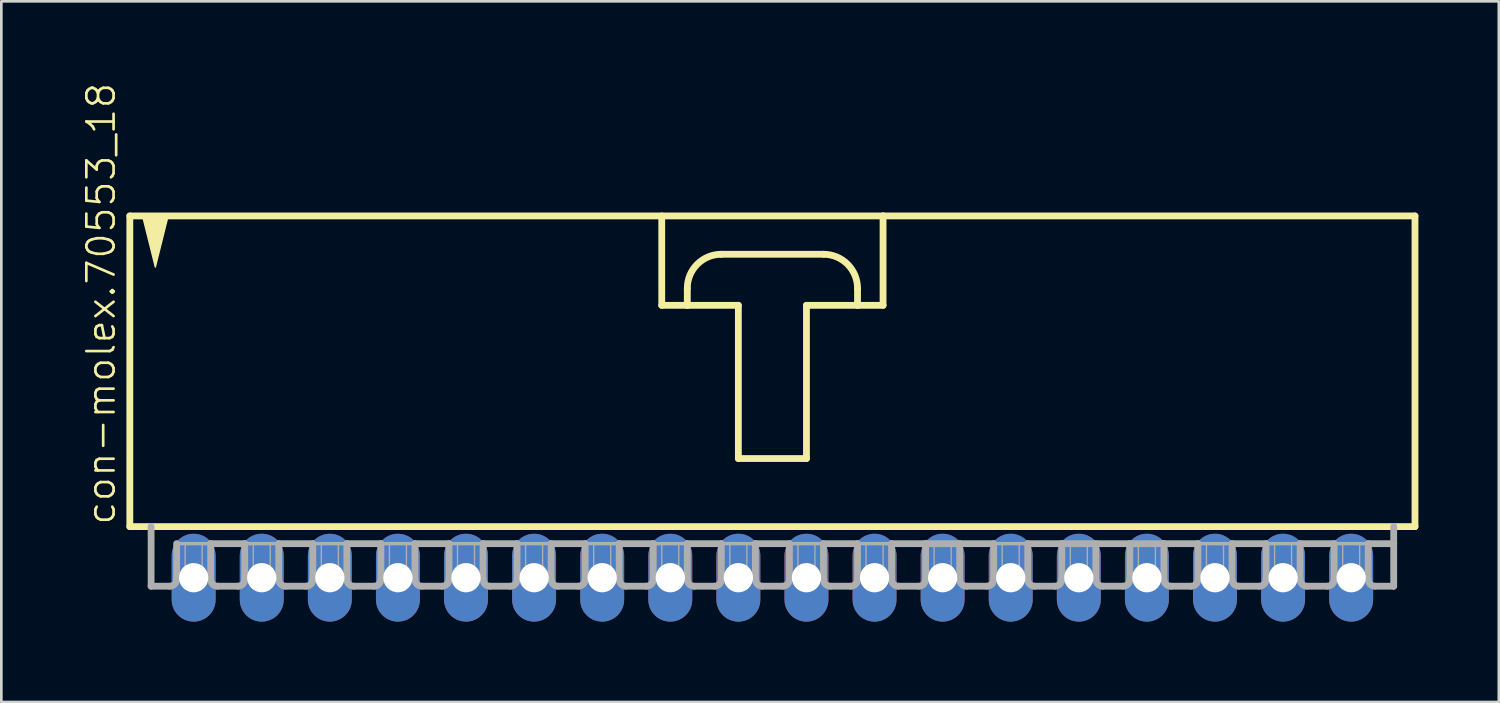
<source format=kicad_pcb>
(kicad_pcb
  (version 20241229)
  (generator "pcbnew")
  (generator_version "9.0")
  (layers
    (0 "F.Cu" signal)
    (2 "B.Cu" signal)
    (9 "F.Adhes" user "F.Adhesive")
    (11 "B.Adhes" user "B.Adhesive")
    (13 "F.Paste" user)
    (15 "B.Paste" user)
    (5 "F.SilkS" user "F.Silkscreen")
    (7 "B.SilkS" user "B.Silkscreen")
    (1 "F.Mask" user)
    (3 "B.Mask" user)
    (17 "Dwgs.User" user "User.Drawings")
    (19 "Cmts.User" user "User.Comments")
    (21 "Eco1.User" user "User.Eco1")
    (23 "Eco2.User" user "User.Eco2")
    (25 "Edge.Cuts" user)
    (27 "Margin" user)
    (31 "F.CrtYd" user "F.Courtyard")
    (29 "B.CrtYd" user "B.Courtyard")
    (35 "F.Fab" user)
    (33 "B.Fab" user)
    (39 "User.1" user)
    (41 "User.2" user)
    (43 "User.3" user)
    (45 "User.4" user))
  (footprint "con-molex.70553_18"
    (layer "F.Cu")
    (at 25.764 10.88)
    (property "Reference" "con-molex.70553_18" (at -24.448 5.715 90) (layer "F.SilkS") (effects (font (size 1.016 1.016) (thickness 0.1)) (justify left bottom)))
    (attr through_hole)
    (fp_line (start -23.971 -5.874) (end -23.971 5.715) (stroke (width 0.254) (type default)) (layer "F.SilkS"))
    (fp_line (start -23.971 5.715) (end 23.971 5.715) (stroke (width 0.254) (type default)) (layer "F.SilkS"))
    (fp_line (start -4.128 -5.874) (end -4.128 -2.54) (stroke (width 0.254) (type default)) (layer "F.SilkS"))
    (fp_line (start -4.128 -2.54) (end -3.175 -2.54) (stroke (width 0.254) (type default)) (layer "F.SilkS"))
    (fp_line (start -3.175 -2.54) (end -3.175 -3.175) (stroke (width 0.254) (type default)) (layer "F.SilkS"))
    (fp_line (start -3.175 -2.54) (end -1.27 -2.54) (stroke (width 0.254) (type default)) (layer "F.SilkS"))
    (fp_line (start -1.905 -4.445) (end 1.905 -4.445) (stroke (width 0.254) (type default)) (layer "F.SilkS"))
    (fp_line (start -1.27 -2.54) (end -1.27 3.175) (stroke (width 0.254) (type default)) (layer "F.SilkS"))
    (fp_line (start -1.27 3.175) (end 1.27 3.175) (stroke (width 0.254) (type default)) (layer "F.SilkS"))
    (fp_line (start 1.27 -2.54) (end 3.175 -2.54) (stroke (width 0.254) (type default)) (layer "F.SilkS"))
    (fp_line (start 1.27 3.175) (end 1.27 -2.54) (stroke (width 0.254) (type default)) (layer "F.SilkS"))
    (fp_line (start 3.175 -3.175) (end 3.175 -2.54) (stroke (width 0.254) (type default)) (layer "F.SilkS"))
    (fp_line (start 3.175 -2.54) (end 4.128 -2.54) (stroke (width 0.254) (type default)) (layer "F.SilkS"))
    (fp_line (start 4.128 -5.874) (end -23.971 -5.874) (stroke (width 0.254) (type default)) (layer "F.SilkS"))
    (fp_line (start 4.128 -2.54) (end 4.128 -5.874) (stroke (width 0.254) (type default)) (layer "F.SilkS"))
    (fp_line (start 23.971 -5.874) (end 4.128 -5.874) (stroke (width 0.254) (type default)) (layer "F.SilkS"))
    (fp_line (start 23.971 5.715) (end 23.971 -5.874) (stroke (width 0.254) (type default)) (layer "F.SilkS"))
    (fp_arc (start -3.175 -3.175) (mid -2.803026 -4.073026) (end -1.905 -4.445) (stroke (width 0.254) (type default)) (layer "F.SilkS"))
    (fp_arc (start 1.905 -4.445) (mid 2.803026 -4.073026) (end 3.175 -3.175) (stroke (width 0.254) (type default)) (layer "F.SilkS"))
    (fp_poly (pts (xy -23.495 -5.874) (xy -23.019 -3.969) (xy -22.543 -5.874)) (stroke (width 0.051) (type default)) (fill yes) (layer "F.SilkS"))
    (fp_line (start -23.177 5.715) (end -23.177 7.938) (stroke (width 0.254) (type default)) (layer "F.Fab"))
    (fp_line (start -22.479 7.938) (end -23.177 7.938) (stroke (width 0.254) (type default)) (layer "F.Fab"))
    (fp_line (start -22.225 6.35) (end -22.225 7.684) (stroke (width 0.254) (type default)) (layer "F.Fab"))
    (fp_line (start -22.225 6.35) (end -20.955 6.35) (stroke (width 0.127) (type default)) (layer "F.Fab"))
    (fp_line (start -20.955 6.35) (end -20.955 7.684) (stroke (width 0.254) (type default)) (layer "F.Fab"))
    (fp_line (start -20.955 6.35) (end -19.685 6.35) (stroke (width 0.254) (type default)) (layer "F.Fab"))
    (fp_line (start -19.939 7.938) (end -20.701 7.938) (stroke (width 0.254) (type default)) (layer "F.Fab"))
    (fp_line (start -19.685 6.35) (end -19.685 7.684) (stroke (width 0.254) (type default)) (layer "F.Fab"))
    (fp_line (start -19.685 6.35) (end -18.415 6.35) (stroke (width 0.127) (type default)) (layer "F.Fab"))
    (fp_line (start -18.415 6.35) (end -18.415 7.684) (stroke (width 0.254) (type default)) (layer "F.Fab"))
    (fp_line (start -18.415 6.35) (end -17.145 6.35) (stroke (width 0.254) (type default)) (layer "F.Fab"))
    (fp_line (start -17.399 7.938) (end -18.161 7.938) (stroke (width 0.254) (type default)) (layer "F.Fab"))
    (fp_line (start -17.145 6.35) (end -17.145 7.684) (stroke (width 0.254) (type default)) (layer "F.Fab"))
    (fp_line (start -17.145 6.35) (end -15.875 6.35) (stroke (width 0.127) (type default)) (layer "F.Fab"))
    (fp_line (start -15.875 6.35) (end -15.875 7.684) (stroke (width 0.254) (type default)) (layer "F.Fab"))
    (fp_line (start -15.875 6.35) (end -14.605 6.35) (stroke (width 0.254) (type default)) (layer "F.Fab"))
    (fp_line (start -14.859 7.938) (end -15.621 7.938) (stroke (width 0.254) (type default)) (layer "F.Fab"))
    (fp_line (start -14.605 6.35) (end -14.605 7.684) (stroke (width 0.254) (type default)) (layer "F.Fab"))
    (fp_line (start -14.605 6.35) (end -13.335 6.35) (stroke (width 0.127) (type default)) (layer "F.Fab"))
    (fp_line (start -13.335 6.35) (end -13.335 7.684) (stroke (width 0.254) (type default)) (layer "F.Fab"))
    (fp_line (start -13.335 6.35) (end -12.065 6.35) (stroke (width 0.254) (type default)) (layer "F.Fab"))
    (fp_line (start -12.319 7.938) (end -13.081 7.938) (stroke (width 0.254) (type default)) (layer "F.Fab"))
    (fp_line (start -12.065 6.35) (end -12.065 7.684) (stroke (width 0.254) (type default)) (layer "F.Fab"))
    (fp_line (start -12.065 6.35) (end -10.795 6.35) (stroke (width 0.127) (type default)) (layer "F.Fab"))
    (fp_line (start -10.795 6.35) (end -10.795 7.684) (stroke (width 0.254) (type default)) (layer "F.Fab"))
    (fp_line (start -10.795 6.35) (end -9.525 6.35) (stroke (width 0.254) (type default)) (layer "F.Fab"))
    (fp_line (start -9.779 7.938) (end -10.541 7.938) (stroke (width 0.254) (type default)) (layer "F.Fab"))
    (fp_line (start -9.525 6.35) (end -9.525 7.684) (stroke (width 0.254) (type default)) (layer "F.Fab"))
    (fp_line (start -9.525 6.35) (end -8.255 6.35) (stroke (width 0.127) (type default)) (layer "F.Fab"))
    (fp_line (start -8.255 6.35) (end -8.255 7.684) (stroke (width 0.254) (type default)) (layer "F.Fab"))
    (fp_line (start -8.255 6.35) (end -6.985 6.35) (stroke (width 0.254) (type default)) (layer "F.Fab"))
    (fp_line (start -7.239 7.938) (end -8.001 7.938) (stroke (width 0.254) (type default)) (layer "F.Fab"))
    (fp_line (start -6.985 6.35) (end -6.985 7.684) (stroke (width 0.254) (type default)) (layer "F.Fab"))
    (fp_line (start -6.985 6.35) (end -5.715 6.35) (stroke (width 0.127) (type default)) (layer "F.Fab"))
    (fp_line (start -5.715 6.35) (end -5.715 7.684) (stroke (width 0.254) (type default)) (layer "F.Fab"))
    (fp_line (start -5.715 6.35) (end -4.445 6.35) (stroke (width 0.254) (type default)) (layer "F.Fab"))
    (fp_line (start -4.699 7.938) (end -5.461 7.938) (stroke (width 0.254) (type default)) (layer "F.Fab"))
    (fp_line (start -4.445 6.35) (end -4.445 7.684) (stroke (width 0.254) (type default)) (layer "F.Fab"))
    (fp_line (start -4.445 6.35) (end -3.175 6.35) (stroke (width 0.127) (type default)) (layer "F.Fab"))
    (fp_line (start -3.175 6.35) (end -3.175 7.684) (stroke (width 0.254) (type default)) (layer "F.Fab"))
    (fp_line (start -3.175 6.35) (end -1.905 6.35) (stroke (width 0.254) (type default)) (layer "F.Fab"))
    (fp_line (start -2.159 7.938) (end -2.921 7.938) (stroke (width 0.254) (type default)) (layer "F.Fab"))
    (fp_line (start -1.905 6.35) (end -1.905 7.684) (stroke (width 0.254) (type default)) (layer "F.Fab"))
    (fp_line (start -1.905 6.35) (end -0.635 6.35) (stroke (width 0.127) (type default)) (layer "F.Fab"))
    (fp_line (start -0.635 6.35) (end -0.635 7.684) (stroke (width 0.254) (type default)) (layer "F.Fab"))
    (fp_line (start -0.635 6.35) (end 0.635 6.35) (stroke (width 0.254) (type default)) (layer "F.Fab"))
    (fp_line (start 0.381 7.938) (end -0.381 7.938) (stroke (width 0.254) (type default)) (layer "F.Fab"))
    (fp_line (start 0.635 6.35) (end 0.635 7.684) (stroke (width 0.254) (type default)) (layer "F.Fab"))
    (fp_line (start 0.635 6.35) (end 1.905 6.35) (stroke (width 0.127) (type default)) (layer "F.Fab"))
    (fp_line (start 1.905 6.35) (end 1.905 7.684) (stroke (width 0.254) (type default)) (layer "F.Fab"))
    (fp_line (start 1.905 6.35) (end 3.175 6.35) (stroke (width 0.254) (type default)) (layer "F.Fab"))
    (fp_line (start 2.921 7.938) (end 2.159 7.938) (stroke (width 0.254) (type default)) (layer "F.Fab"))
    (fp_line (start 3.175 6.35) (end 3.175 7.684) (stroke (width 0.254) (type default)) (layer "F.Fab"))
    (fp_line (start 3.175 6.35) (end 4.445 6.35) (stroke (width 0.127) (type default)) (layer "F.Fab"))
    (fp_line (start 4.445 6.35) (end 4.445 7.684) (stroke (width 0.254) (type default)) (layer "F.Fab"))
    (fp_line (start 4.445 6.35) (end 5.715 6.35) (stroke (width 0.254) (type default)) (layer "F.Fab"))
    (fp_line (start 5.461 7.938) (end 4.699 7.938) (stroke (width 0.254) (type default)) (layer "F.Fab"))
    (fp_line (start 5.715 6.35) (end 5.715 7.684) (stroke (width 0.254) (type default)) (layer "F.Fab"))
    (fp_line (start 5.715 6.35) (end 6.985 6.35) (stroke (width 0.254) (type default)) (layer "F.Fab"))
    (fp_line (start 6.985 6.35) (end 6.985 7.684) (stroke (width 0.254) (type default)) (layer "F.Fab"))
    (fp_line (start 6.985 6.35) (end 8.255 6.35) (stroke (width 0.254) (type default)) (layer "F.Fab"))
    (fp_line (start 8.001 7.938) (end 7.239 7.938) (stroke (width 0.254) (type default)) (layer "F.Fab"))
    (fp_line (start 8.255 6.35) (end 8.255 7.684) (stroke (width 0.254) (type default)) (layer "F.Fab"))
    (fp_line (start 8.255 6.35) (end 9.525 6.35) (stroke (width 0.127) (type default)) (layer "F.Fab"))
    (fp_line (start 9.525 6.35) (end 9.525 7.684) (stroke (width 0.254) (type default)) (layer "F.Fab"))
    (fp_line (start 9.525 6.35) (end 10.795 6.35) (stroke (width 0.254) (type default)) (layer "F.Fab"))
    (fp_line (start 10.541 7.938) (end 9.779 7.938) (stroke (width 0.254) (type default)) (layer "F.Fab"))
    (fp_line (start 10.795 6.35) (end 10.795 7.684) (stroke (width 0.254) (type default)) (layer "F.Fab"))
    (fp_line (start 10.795 6.35) (end 14.605 6.35) (stroke (width 0.254) (type default)) (layer "F.Fab"))
    (fp_line (start 12.065 6.35) (end 12.065 7.684) (stroke (width 0.254) (type default)) (layer "F.Fab"))
    (fp_line (start 13.081 7.938) (end 12.319 7.938) (stroke (width 0.254) (type default)) (layer "F.Fab"))
    (fp_line (start 13.335 6.35) (end 13.335 7.684) (stroke (width 0.254) (type default)) (layer "F.Fab"))
    (fp_line (start 14.605 6.35) (end 14.605 7.684) (stroke (width 0.254) (type default)) (layer "F.Fab"))
    (fp_line (start 14.605 6.35) (end 15.875 6.35) (stroke (width 0.254) (type default)) (layer "F.Fab"))
    (fp_line (start 14.859 7.938) (end 15.621 7.938) (stroke (width 0.254) (type default)) (layer "F.Fab"))
    (fp_line (start 15.875 6.35) (end 17.145 6.35) (stroke (width 0.127) (type default)) (layer "F.Fab"))
    (fp_line (start 15.875 7.684) (end 15.875 6.35) (stroke (width 0.254) (type default)) (layer "F.Fab"))
    (fp_line (start 17.145 6.35) (end 17.145 7.684) (stroke (width 0.254) (type default)) (layer "F.Fab"))
    (fp_line (start 17.145 6.35) (end 18.415 6.35) (stroke (width 0.254) (type default)) (layer "F.Fab"))
    (fp_line (start 17.399 7.938) (end 18.161 7.938) (stroke (width 0.254) (type default)) (layer "F.Fab"))
    (fp_line (start 18.415 6.35) (end 19.685 6.35) (stroke (width 0.127) (type default)) (layer "F.Fab"))
    (fp_line (start 18.415 7.684) (end 18.415 6.35) (stroke (width 0.254) (type default)) (layer "F.Fab"))
    (fp_line (start 19.685 6.35) (end 19.685 7.684) (stroke (width 0.254) (type default)) (layer "F.Fab"))
    (fp_line (start 19.685 6.35) (end 20.955 6.35) (stroke (width 0.254) (type default)) (layer "F.Fab"))
    (fp_line (start 19.939 7.938) (end 20.701 7.938) (stroke (width 0.254) (type default)) (layer "F.Fab"))
    (fp_line (start 20.955 6.35) (end 22.225 6.35) (stroke (width 0.127) (type default)) (layer "F.Fab"))
    (fp_line (start 20.955 7.684) (end 20.955 6.35) (stroke (width 0.254) (type default)) (layer "F.Fab"))
    (fp_line (start 22.225 6.35) (end 22.225 7.684) (stroke (width 0.254) (type default)) (layer "F.Fab"))
    (fp_line (start 22.225 6.35) (end 23.177 6.35) (stroke (width 0.254) (type default)) (layer "F.Fab"))
    (fp_line (start 22.479 7.938) (end 23.177 7.938) (stroke (width 0.254) (type default)) (layer "F.Fab"))
    (fp_line (start 23.177 6.35) (end 23.177 5.715) (stroke (width 0.254) (type default)) (layer "F.Fab"))
    (fp_line (start 23.177 7.938) (end 23.177 6.35) (stroke (width 0.254) (type default)) (layer "F.Fab"))
    (fp_rect (start -21.907 7.62) (end -21.273 6.35) (stroke (width 0.05) (type default)) (fill no) (layer "F.Fab"))
    (fp_rect (start -19.367 7.62) (end -18.733 6.35) (stroke (width 0.05) (type default)) (fill no) (layer "F.Fab"))
    (fp_rect (start -16.828 7.62) (end -16.192 6.35) (stroke (width 0.05) (type default)) (fill no) (layer "F.Fab"))
    (fp_rect (start -14.287 7.62) (end -13.652 6.35) (stroke (width 0.05) (type default)) (fill no) (layer "F.Fab"))
    (fp_rect (start -11.748 7.62) (end -11.113 6.35) (stroke (width 0.05) (type default)) (fill no) (layer "F.Fab"))
    (fp_rect (start -9.207 7.62) (end -8.572 6.35) (stroke (width 0.05) (type default)) (fill no) (layer "F.Fab"))
    (fp_rect (start -6.668 7.62) (end -6.032 6.35) (stroke (width 0.05) (type default)) (fill no) (layer "F.Fab"))
    (fp_rect (start -4.128 7.62) (end -3.493 6.35) (stroke (width 0.05) (type default)) (fill no) (layer "F.Fab"))
    (fp_rect (start -1.587 7.62) (end -0.953 6.35) (stroke (width 0.05) (type default)) (fill no) (layer "F.Fab"))
    (fp_rect (start 0.953 7.62) (end 1.587 6.35) (stroke (width 0.05) (type default)) (fill no) (layer "F.Fab"))
    (fp_rect (start 3.493 7.62) (end 4.128 6.35) (stroke (width 0.05) (type default)) (fill no) (layer "F.Fab"))
    (fp_rect (start 6.032 7.62) (end 6.668 6.35) (stroke (width 0.05) (type default)) (fill no) (layer "F.Fab"))
    (fp_rect (start 8.572 7.62) (end 9.207 6.35) (stroke (width 0.05) (type default)) (fill no) (layer "F.Fab"))
    (fp_rect (start 11.113 7.62) (end 11.748 6.35) (stroke (width 0.05) (type default)) (fill no) (layer "F.Fab"))
    (fp_rect (start 13.652 7.62) (end 14.287 6.35) (stroke (width 0.05) (type default)) (fill no) (layer "F.Fab"))
    (fp_rect (start 16.192 7.62) (end 16.828 6.35) (stroke (width 0.05) (type default)) (fill no) (layer "F.Fab"))
    (fp_rect (start 18.733 7.62) (end 19.367 6.35) (stroke (width 0.05) (type default)) (fill no) (layer "F.Fab"))
    (fp_rect (start 21.273 7.62) (end 21.907 6.35) (stroke (width 0.05) (type default)) (fill no) (layer "F.Fab"))
    (fp_arc (start -22.225 7.6835) (mid -22.299395 7.863105) (end -22.479 7.9375) (stroke (width 0.254) (type default)) (layer "F.Fab"))
    (fp_arc (start -20.701 7.9375) (mid -20.880605 7.863105) (end -20.955 7.6835) (stroke (width 0.254) (type default)) (layer "F.Fab"))
    (fp_arc (start -19.685 7.6835) (mid -19.759395 7.863105) (end -19.939 7.9375) (stroke (width 0.254) (type default)) (layer "F.Fab"))
    (fp_arc (start -18.161 7.9375) (mid -18.340605 7.863105) (end -18.415 7.6835) (stroke (width 0.254) (type default)) (layer "F.Fab"))
    (fp_arc (start -17.145 7.6835) (mid -17.219395 7.863105) (end -17.399 7.9375) (stroke (width 0.254) (type default)) (layer "F.Fab"))
    (fp_arc (start -15.621 7.9375) (mid -15.800605 7.863105) (end -15.875 7.6835) (stroke (width 0.254) (type default)) (layer "F.Fab"))
    (fp_arc (start -14.605 7.6835) (mid -14.679395 7.863105) (end -14.859 7.9375) (stroke (width 0.254) (type default)) (layer "F.Fab"))
    (fp_arc (start -13.081 7.9375) (mid -13.260605 7.863105) (end -13.335 7.6835) (stroke (width 0.254) (type default)) (layer "F.Fab"))
    (fp_arc (start -12.065 7.6835) (mid -12.139395 7.863105) (end -12.319 7.9375) (stroke (width 0.254) (type default)) (layer "F.Fab"))
    (fp_arc (start -10.541 7.9375) (mid -10.720605 7.863105) (end -10.795 7.6835) (stroke (width 0.254) (type default)) (layer "F.Fab"))
    (fp_arc (start -9.525 7.6835) (mid -9.599395 7.863105) (end -9.779 7.9375) (stroke (width 0.254) (type default)) (layer "F.Fab"))
    (fp_arc (start -8.001 7.9375) (mid -8.180605 7.863105) (end -8.255 7.6835) (stroke (width 0.254) (type default)) (layer "F.Fab"))
    (fp_arc (start -6.985 7.6835) (mid -7.059395 7.863105) (end -7.239 7.9375) (stroke (width 0.254) (type default)) (layer "F.Fab"))
    (fp_arc (start -5.461 7.9375) (mid -5.640605 7.863105) (end -5.715 7.6835) (stroke (width 0.254) (type default)) (layer "F.Fab"))
    (fp_arc (start -4.445 7.6835) (mid -4.519395 7.863105) (end -4.699 7.9375) (stroke (width 0.254) (type default)) (layer "F.Fab"))
    (fp_arc (start -2.921 7.9375) (mid -3.100605 7.863105) (end -3.175 7.6835) (stroke (width 0.254) (type default)) (layer "F.Fab"))
    (fp_arc (start -1.905 7.6835) (mid -1.979395 7.863105) (end -2.159 7.9375) (stroke (width 0.254) (type default)) (layer "F.Fab"))
    (fp_arc (start -0.381 7.9375) (mid -0.560605 7.863105) (end -0.635 7.6835) (stroke (width 0.254) (type default)) (layer "F.Fab"))
    (fp_arc (start 0.635 7.6835) (mid 0.560605 7.863105) (end 0.381 7.9375) (stroke (width 0.254) (type default)) (layer "F.Fab"))
    (fp_arc (start 2.159 7.9375) (mid 1.979395 7.863105) (end 1.905 7.6835) (stroke (width 0.254) (type default)) (layer "F.Fab"))
    (fp_arc (start 3.175 7.6835) (mid 3.100605 7.863105) (end 2.921 7.9375) (stroke (width 0.254) (type default)) (layer "F.Fab"))
    (fp_arc (start 4.699 7.9375) (mid 4.519395 7.863105) (end 4.445 7.6835) (stroke (width 0.254) (type default)) (layer "F.Fab"))
    (fp_arc (start 5.715 7.6835) (mid 5.640605 7.863105) (end 5.461 7.9375) (stroke (width 0.254) (type default)) (layer "F.Fab"))
    (fp_arc (start 7.239 7.9375) (mid 7.059395 7.863105) (end 6.985 7.6835) (stroke (width 0.254) (type default)) (layer "F.Fab"))
    (fp_arc (start 8.255 7.6835) (mid 8.180605 7.863105) (end 8.001 7.9375) (stroke (width 0.254) (type default)) (layer "F.Fab"))
    (fp_arc (start 9.779 7.9375) (mid 9.599395 7.863105) (end 9.525 7.6835) (stroke (width 0.254) (type default)) (layer "F.Fab"))
    (fp_arc (start 10.795 7.6835) (mid 10.720605 7.863105) (end 10.541 7.9375) (stroke (width 0.254) (type default)) (layer "F.Fab"))
    (fp_arc (start 12.319 7.9375) (mid 12.139395 7.863105) (end 12.065 7.6835) (stroke (width 0.254) (type default)) (layer "F.Fab"))
    (fp_arc (start 13.335 7.6835) (mid 13.260605 7.863105) (end 13.081 7.9375) (stroke (width 0.254) (type default)) (layer "F.Fab"))
    (fp_arc (start 14.859 7.9375) (mid 14.679395 7.863105) (end 14.605 7.6835) (stroke (width 0.254) (type default)) (layer "F.Fab"))
    (fp_arc (start 15.875 7.6835) (mid 15.800605 7.863105) (end 15.621 7.9375) (stroke (width 0.254) (type default)) (layer "F.Fab"))
    (fp_arc (start 17.399 7.9375) (mid 17.219395 7.863105) (end 17.145 7.6835) (stroke (width 0.254) (type default)) (layer "F.Fab"))
    (fp_arc (start 18.415 7.6835) (mid 18.340605 7.863105) (end 18.161 7.9375) (stroke (width 0.254) (type default)) (layer "F.Fab"))
    (fp_arc (start 19.939 7.9375) (mid 19.759395 7.863105) (end 19.685 7.6835) (stroke (width 0.254) (type default)) (layer "F.Fab"))
    (fp_arc (start 20.955 7.6835) (mid 20.880605 7.863105) (end 20.701 7.9375) (stroke (width 0.254) (type default)) (layer "F.Fab"))
    (fp_arc (start 22.479 7.9375) (mid 22.299395 7.863105) (end 22.225 7.6835) (stroke (width 0.254) (type default)) (layer "F.Fab"))
    (pad "1" thru_hole oval (at -21.59 7.62 90) (size 3.277 1.638) (drill 1.092) (layers "*.Cu" "*.Mask"))
    (pad "2" thru_hole oval (at -19.05 7.62 90) (size 3.277 1.638) (drill 1.092) (layers "*.Cu" "*.Mask"))
    (pad "3" thru_hole oval (at -16.51 7.62 90) (size 3.277 1.638) (drill 1.092) (layers "*.Cu" "*.Mask"))
    (pad "4" thru_hole oval (at -13.97 7.62 90) (size 3.277 1.638) (drill 1.092) (layers "*.Cu" "*.Mask"))
    (pad "5" thru_hole oval (at -11.43 7.62 90) (size 3.277 1.638) (drill 1.092) (layers "*.Cu" "*.Mask"))
    (pad "6" thru_hole oval (at -8.89 7.62 90) (size 3.277 1.638) (drill 1.092) (layers "*.Cu" "*.Mask"))
    (pad "7" thru_hole oval (at -6.35 7.62 90) (size 3.277 1.638) (drill 1.092) (layers "*.Cu" "*.Mask"))
    (pad "8" thru_hole oval (at -3.81 7.62 90) (size 3.277 1.638) (drill 1.092) (layers "*.Cu" "*.Mask"))
    (pad "9" thru_hole oval (at -1.27 7.62 90) (size 3.277 1.638) (drill 1.092) (layers "*.Cu" "*.Mask"))
    (pad "10" thru_hole oval (at 1.27 7.62 90) (size 3.277 1.638) (drill 1.092) (layers "*.Cu" "*.Mask"))
    (pad "11" thru_hole oval (at 3.81 7.62 90) (size 3.277 1.638) (drill 1.092) (layers "*.Cu" "*.Mask"))
    (pad "12" thru_hole oval (at 6.35 7.62 90) (size 3.277 1.638) (drill 1.092) (layers "*.Cu" "*.Mask"))
    (pad "13" thru_hole oval (at 8.89 7.62 90) (size 3.277 1.638) (drill 1.092) (layers "*.Cu" "*.Mask"))
    (pad "14" thru_hole oval (at 11.43 7.62 90) (size 3.277 1.638) (drill 1.092) (layers "*.Cu" "*.Mask"))
    (pad "15" thru_hole oval (at 13.97 7.62 90) (size 3.277 1.638) (drill 1.092) (layers "*.Cu" "*.Mask"))
    (pad "16" thru_hole oval (at 16.51 7.62 90) (size 3.277 1.638) (drill 1.092) (layers "*.Cu" "*.Mask"))
    (pad "17" thru_hole oval (at 19.05 7.62 90) (size 3.277 1.638) (drill 1.092) (layers "*.Cu" "*.Mask"))
    (pad "18" thru_hole oval (at 21.59 7.62 90) (size 3.277 1.638) (drill 1.092) (layers "*.Cu" "*.Mask")))
  (gr_rect
    (start -3 -3)
    (end 52.862 23.138)
    (stroke (width 0.1) (type default))
    (fill no)
    (layer "Edge.Cuts")))
</source>
